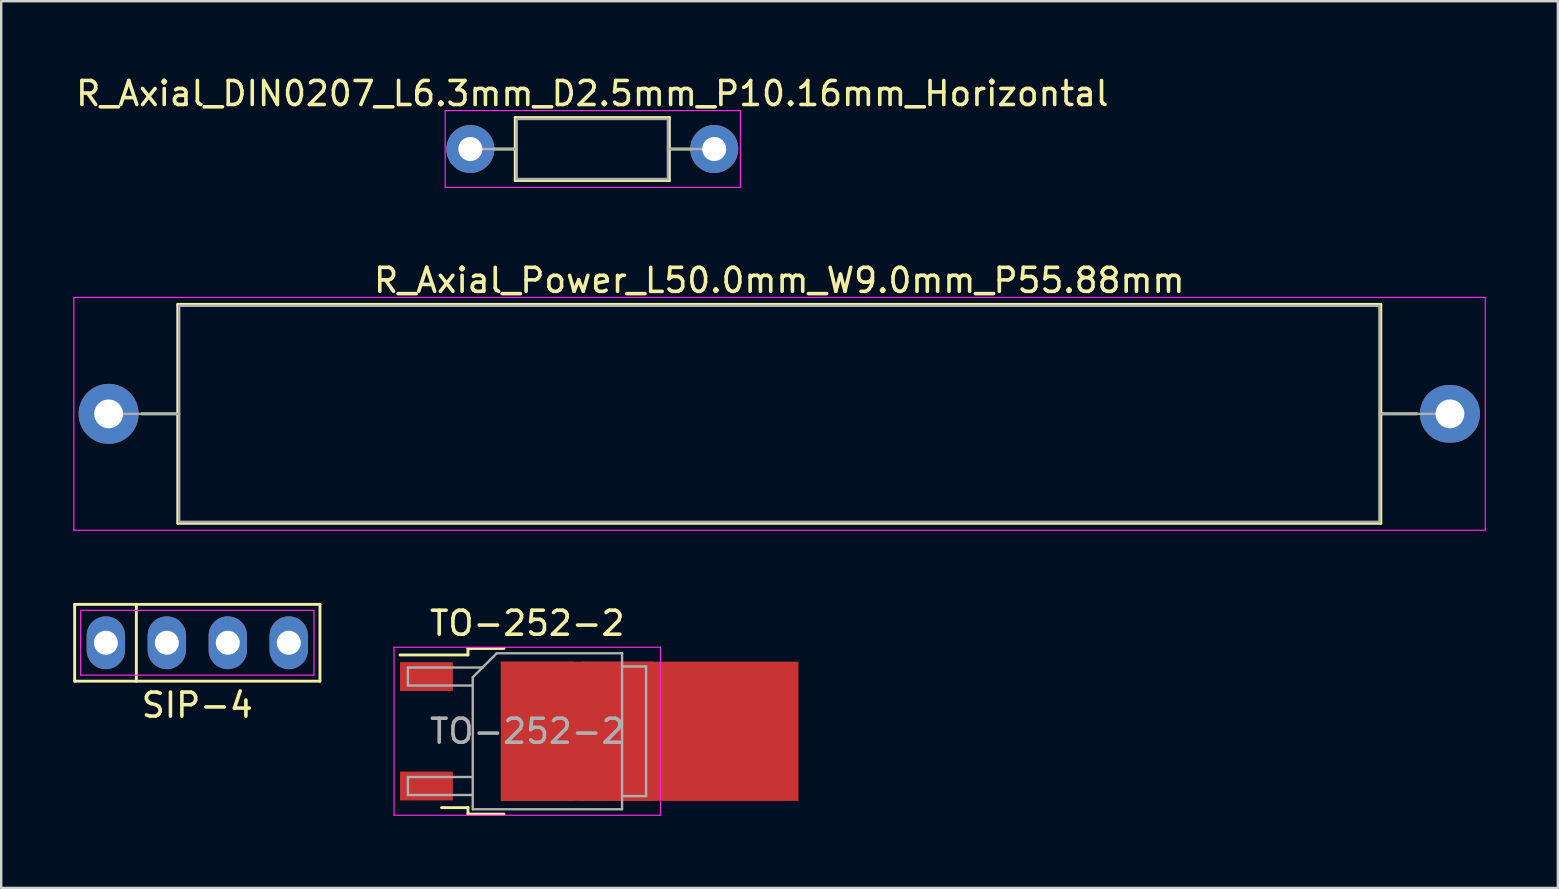
<source format=kicad_pcb>
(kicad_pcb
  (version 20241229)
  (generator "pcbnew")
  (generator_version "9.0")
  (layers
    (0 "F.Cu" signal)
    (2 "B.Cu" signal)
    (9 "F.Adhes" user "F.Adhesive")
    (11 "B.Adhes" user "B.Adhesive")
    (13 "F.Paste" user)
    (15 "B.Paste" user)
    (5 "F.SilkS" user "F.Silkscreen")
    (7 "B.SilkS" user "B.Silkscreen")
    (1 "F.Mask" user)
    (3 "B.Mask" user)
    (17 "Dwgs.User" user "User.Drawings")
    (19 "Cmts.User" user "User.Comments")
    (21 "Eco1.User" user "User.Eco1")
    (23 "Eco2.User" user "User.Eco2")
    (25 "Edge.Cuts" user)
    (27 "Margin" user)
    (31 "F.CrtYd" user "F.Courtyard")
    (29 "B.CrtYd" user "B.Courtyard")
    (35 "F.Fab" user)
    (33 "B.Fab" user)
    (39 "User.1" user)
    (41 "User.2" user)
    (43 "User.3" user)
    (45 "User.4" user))
  (footprint "TO-252-2"
    (layer "F.Cu")
    (at 18.915 27.415)
    (property "Reference" "TO-252-2" (at 0 -4.5 0) (layer "F.SilkS") (effects (font (size 1 1) (thickness 0.15))))
    (attr smd)
    (fp_line (start -2.47 -3.45) (end -2.47 -3.18) (stroke (width 0.12) (type solid)) (layer "F.SilkS"))
    (fp_line (start -2.47 -3.18) (end -5.3 -3.18) (stroke (width 0.12) (type solid)) (layer "F.SilkS"))
    (fp_line (start -2.47 3.18) (end -3.57 3.18) (stroke (width 0.12) (type solid)) (layer "F.SilkS"))
    (fp_line (start -2.47 3.45) (end -2.47 3.18) (stroke (width 0.12) (type solid)) (layer "F.SilkS"))
    (fp_line (start -0.97 -3.45) (end -2.47 -3.45) (stroke (width 0.12) (type solid)) (layer "F.SilkS"))
    (fp_line (start -0.97 3.45) (end -2.47 3.45) (stroke (width 0.12) (type solid)) (layer "F.SilkS"))
    (fp_line (start -5.55 -3.5) (end -5.55 3.5) (stroke (width 0.05) (type solid)) (layer "F.CrtYd"))
    (fp_line (start -5.55 3.5) (end 5.55 3.5) (stroke (width 0.05) (type solid)) (layer "F.CrtYd"))
    (fp_line (start 5.55 -3.5) (end -5.55 -3.5) (stroke (width 0.05) (type solid)) (layer "F.CrtYd"))
    (fp_line (start 5.55 3.5) (end 5.55 -3.5) (stroke (width 0.05) (type solid)) (layer "F.CrtYd"))
    (fp_line (start -4.97 -2.655) (end -4.97 -1.905) (stroke (width 0.1) (type solid)) (layer "F.Fab"))
    (fp_line (start -4.97 -1.905) (end -2.27 -1.905) (stroke (width 0.1) (type solid)) (layer "F.Fab"))
    (fp_line (start -4.97 1.905) (end -4.97 2.655) (stroke (width 0.1) (type solid)) (layer "F.Fab"))
    (fp_line (start -4.97 2.655) (end -2.27 2.655) (stroke (width 0.1) (type solid)) (layer "F.Fab"))
    (fp_line (start -2.27 -2.25) (end -1.27 -3.25) (stroke (width 0.1) (type solid)) (layer "F.Fab"))
    (fp_line (start -2.27 1.905) (end -4.97 1.905) (stroke (width 0.1) (type solid)) (layer "F.Fab"))
    (fp_line (start -2.27 3.25) (end -2.27 -2.25) (stroke (width 0.1) (type solid)) (layer "F.Fab"))
    (fp_line (start -1.865 -2.655) (end -4.97 -2.655) (stroke (width 0.1) (type solid)) (layer "F.Fab"))
    (fp_line (start -1.27 -3.25) (end 3.95 -3.25) (stroke (width 0.1) (type solid)) (layer "F.Fab"))
    (fp_line (start 3.95 -3.25) (end 3.95 3.25) (stroke (width 0.1) (type solid)) (layer "F.Fab"))
    (fp_line (start 3.95 -2.7) (end 4.95 -2.7) (stroke (width 0.1) (type solid)) (layer "F.Fab"))
    (fp_line (start 3.95 3.25) (end -2.27 3.25) (stroke (width 0.1) (type solid)) (layer "F.Fab"))
    (fp_line (start 4.95 -2.7) (end 4.95 2.7) (stroke (width 0.1) (type solid)) (layer "F.Fab"))
    (fp_line (start 4.95 2.7) (end 3.95 2.7) (stroke (width 0.1) (type solid)) (layer "F.Fab"))
    (fp_text user "${REFERENCE}" (at 0 0 0) (layer "F.Fab") (effects (font (size 1 1) (thickness 0.15))))
    (pad "1" smd rect (at -4.2 -2.28) (size 2.2 1.2) (layers "F.Cu" "F.Mask" "F.Paste"))
    (pad "2" smd rect (at 0.425 -1.525) (size 3.05 2.75) (layers "F.Cu" "F.Paste"))
    (pad "2" smd rect (at 0.425 1.525) (size 3.05 2.75) (layers "F.Cu" "F.Paste"))
    (pad "2" smd rect (at 3.775 -1.525) (size 3.05 2.75) (layers "F.Cu" "F.Paste"))
    (pad "2" smd rect (at 3.775 1.525) (size 3.05 2.75) (layers "F.Cu" "F.Paste"))
    (pad "2" smd rect (at 5.1 0) (size 12.4 5.8) (layers "F.Cu" "F.Mask"))
    (pad "3" smd rect (at -4.2 2.28) (size 2.2 1.2) (layers "F.Cu" "F.Mask" "F.Paste")))
  (footprint "SIP-4"
    (layer "F.Cu")
    (at 5.17 23.727)
    (property "Reference" "SIP-4" (at 0 2.6 0) (layer "F.SilkS") (effects (font (size 1 1) (thickness 0.15))))
    (attr through_hole)
    (fp_line (start -5.11 -1.6) (end 5.11 -1.6) (stroke (width 0.12) (type solid)) (layer "F.SilkS"))
    (fp_line (start -5.11 1.6) (end -5.11 -1.6) (stroke (width 0.12) (type solid)) (layer "F.SilkS"))
    (fp_line (start -2.54 -1.6) (end -2.54 1.6) (stroke (width 0.12) (type solid)) (layer "F.SilkS"))
    (fp_line (start 5.11 -1.6) (end 5.11 1.6) (stroke (width 0.12) (type solid)) (layer "F.SilkS"))
    (fp_line (start 5.11 1.6) (end -5.11 1.6) (stroke (width 0.12) (type solid)) (layer "F.SilkS"))
    (fp_line (start -4.86 -1.35) (end 4.86 -1.35) (stroke (width 0.05) (type solid)) (layer "F.CrtYd"))
    (fp_line (start -4.86 1.35) (end -4.86 -1.35) (stroke (width 0.05) (type solid)) (layer "F.CrtYd"))
    (fp_line (start 4.86 -1.35) (end 4.86 1.35) (stroke (width 0.05) (type solid)) (layer "F.CrtYd"))
    (fp_line (start 4.86 1.35) (end -4.86 1.35) (stroke (width 0.05) (type solid)) (layer "F.CrtYd"))
    (pad "1" thru_hole oval (at -3.81 0) (size 1.6 2.2) (drill 1) (layers "*.Cu" "*.Mask"))
    (pad "2" thru_hole oval (at -1.27 0) (size 1.6 2.2) (drill 1) (layers "*.Cu" "*.Mask"))
    (pad "3" thru_hole oval (at 1.27 0) (size 1.6 2.2) (drill 1) (layers "*.Cu" "*.Mask"))
    (pad "4" thru_hole oval (at 3.81 0) (size 1.6 2.2) (drill 1) (layers "*.Cu" "*.Mask")))
  (footprint "R_Axial_DIN0207_L6.3mm_D2.5mm_P10.16mm_Horizontal"
    (layer "F.Cu")
    (at 16.545 3.158)
    (property "Reference" "R_Axial_DIN0207_L6.3mm_D2.5mm_P10.16mm_Horizontal" (at 5.08 -2.31 0) (layer "F.SilkS") (effects (font (size 1 1) (thickness 0.15))))
    (attr through_hole)
    (fp_line (start 0.98 0) (end 1.87 0) (stroke (width 0.12) (type solid)) (layer "F.SilkS"))
    (fp_line (start 1.87 -1.31) (end 1.87 1.31) (stroke (width 0.12) (type solid)) (layer "F.SilkS"))
    (fp_line (start 1.87 1.31) (end 8.29 1.31) (stroke (width 0.12) (type solid)) (layer "F.SilkS"))
    (fp_line (start 8.29 -1.31) (end 1.87 -1.31) (stroke (width 0.12) (type solid)) (layer "F.SilkS"))
    (fp_line (start 8.29 1.31) (end 8.29 -1.31) (stroke (width 0.12) (type solid)) (layer "F.SilkS"))
    (fp_line (start 9.18 0) (end 8.29 0) (stroke (width 0.12) (type solid)) (layer "F.SilkS"))
    (fp_line (start -1.05 -1.6) (end -1.05 1.6) (stroke (width 0.05) (type solid)) (layer "F.CrtYd"))
    (fp_line (start -1.05 1.6) (end 11.25 1.6) (stroke (width 0.05) (type solid)) (layer "F.CrtYd"))
    (fp_line (start 11.25 -1.6) (end -1.05 -1.6) (stroke (width 0.05) (type solid)) (layer "F.CrtYd"))
    (fp_line (start 11.25 1.6) (end 11.25 -1.6) (stroke (width 0.05) (type solid)) (layer "F.CrtYd"))
    (fp_line (start 0 0) (end 1.93 0) (stroke (width 0.1) (type solid)) (layer "F.Fab"))
    (fp_line (start 1.93 -1.25) (end 1.93 1.25) (stroke (width 0.1) (type solid)) (layer "F.Fab"))
    (fp_line (start 1.93 1.25) (end 8.23 1.25) (stroke (width 0.1) (type solid)) (layer "F.Fab"))
    (fp_line (start 8.23 -1.25) (end 1.93 -1.25) (stroke (width 0.1) (type solid)) (layer "F.Fab"))
    (fp_line (start 8.23 1.25) (end 8.23 -1.25) (stroke (width 0.1) (type solid)) (layer "F.Fab"))
    (fp_line (start 10.16 0) (end 8.23 0) (stroke (width 0.1) (type solid)) (layer "F.Fab"))
    (pad "1" thru_hole circle (at 0 0) (size 2 2) (drill 1) (layers "*.Cu" "*.Mask"))
    (pad "2" thru_hole oval (at 10.16 0) (size 2 2) (drill 1) (layers "*.Cu" "*.Mask")))
  (footprint "R_Axial_Power_L50.0mm_W9.0mm_P55.88mm"
    (layer "F.Cu")
    (at 1.475 14.191)
    (property "Reference" "R_Axial_Power_L50.0mm_W9.0mm_P55.88mm" (at 27.94 -5.56 0) (layer "F.SilkS") (effects (font (size 1 1) (thickness 0.15))))
    (attr through_hole)
    (fp_line (start 1.38 0) (end 2.88 0) (stroke (width 0.12) (type solid)) (layer "F.SilkS"))
    (fp_line (start 2.88 -4.56) (end 2.88 4.56) (stroke (width 0.12) (type solid)) (layer "F.SilkS"))
    (fp_line (start 2.88 4.56) (end 53 4.56) (stroke (width 0.12) (type solid)) (layer "F.SilkS"))
    (fp_line (start 53 -4.56) (end 2.88 -4.56) (stroke (width 0.12) (type solid)) (layer "F.SilkS"))
    (fp_line (start 53 4.56) (end 53 -4.56) (stroke (width 0.12) (type solid)) (layer "F.SilkS"))
    (fp_line (start 54.5 0) (end 53 0) (stroke (width 0.12) (type solid)) (layer "F.SilkS"))
    (fp_line (start -1.45 -4.85) (end -1.45 4.85) (stroke (width 0.05) (type solid)) (layer "F.CrtYd"))
    (fp_line (start -1.45 4.85) (end 57.35 4.85) (stroke (width 0.05) (type solid)) (layer "F.CrtYd"))
    (fp_line (start 57.35 -4.85) (end -1.45 -4.85) (stroke (width 0.05) (type solid)) (layer "F.CrtYd"))
    (fp_line (start 57.35 4.85) (end 57.35 -4.85) (stroke (width 0.05) (type solid)) (layer "F.CrtYd"))
    (fp_line (start 0 0) (end 2.94 0) (stroke (width 0.1) (type solid)) (layer "F.Fab"))
    (fp_line (start 2.94 -4.5) (end 2.94 4.5) (stroke (width 0.1) (type solid)) (layer "F.Fab"))
    (fp_line (start 2.94 4.5) (end 52.94 4.5) (stroke (width 0.1) (type solid)) (layer "F.Fab"))
    (fp_line (start 52.94 -4.5) (end 2.94 -4.5) (stroke (width 0.1) (type solid)) (layer "F.Fab"))
    (fp_line (start 52.94 4.5) (end 52.94 -4.5) (stroke (width 0.1) (type solid)) (layer "F.Fab"))
    (fp_line (start 55.88 0) (end 52.94 0) (stroke (width 0.1) (type solid)) (layer "F.Fab"))
    (pad "1" thru_hole circle (at 0 0) (size 2.5 2.5) (drill 1.2) (layers "*.Cu" "*.Mask"))
    (pad "2" thru_hole oval (at 55.88 0) (size 2.5 2.4) (drill 1.2) (layers "*.Cu" "*.Mask")))
  (gr_rect
    (start -3 -3)
    (end 61.85 33.94)
    (stroke (width 0.1) (type default))
    (fill no)
    (layer "Edge.Cuts")))
</source>
